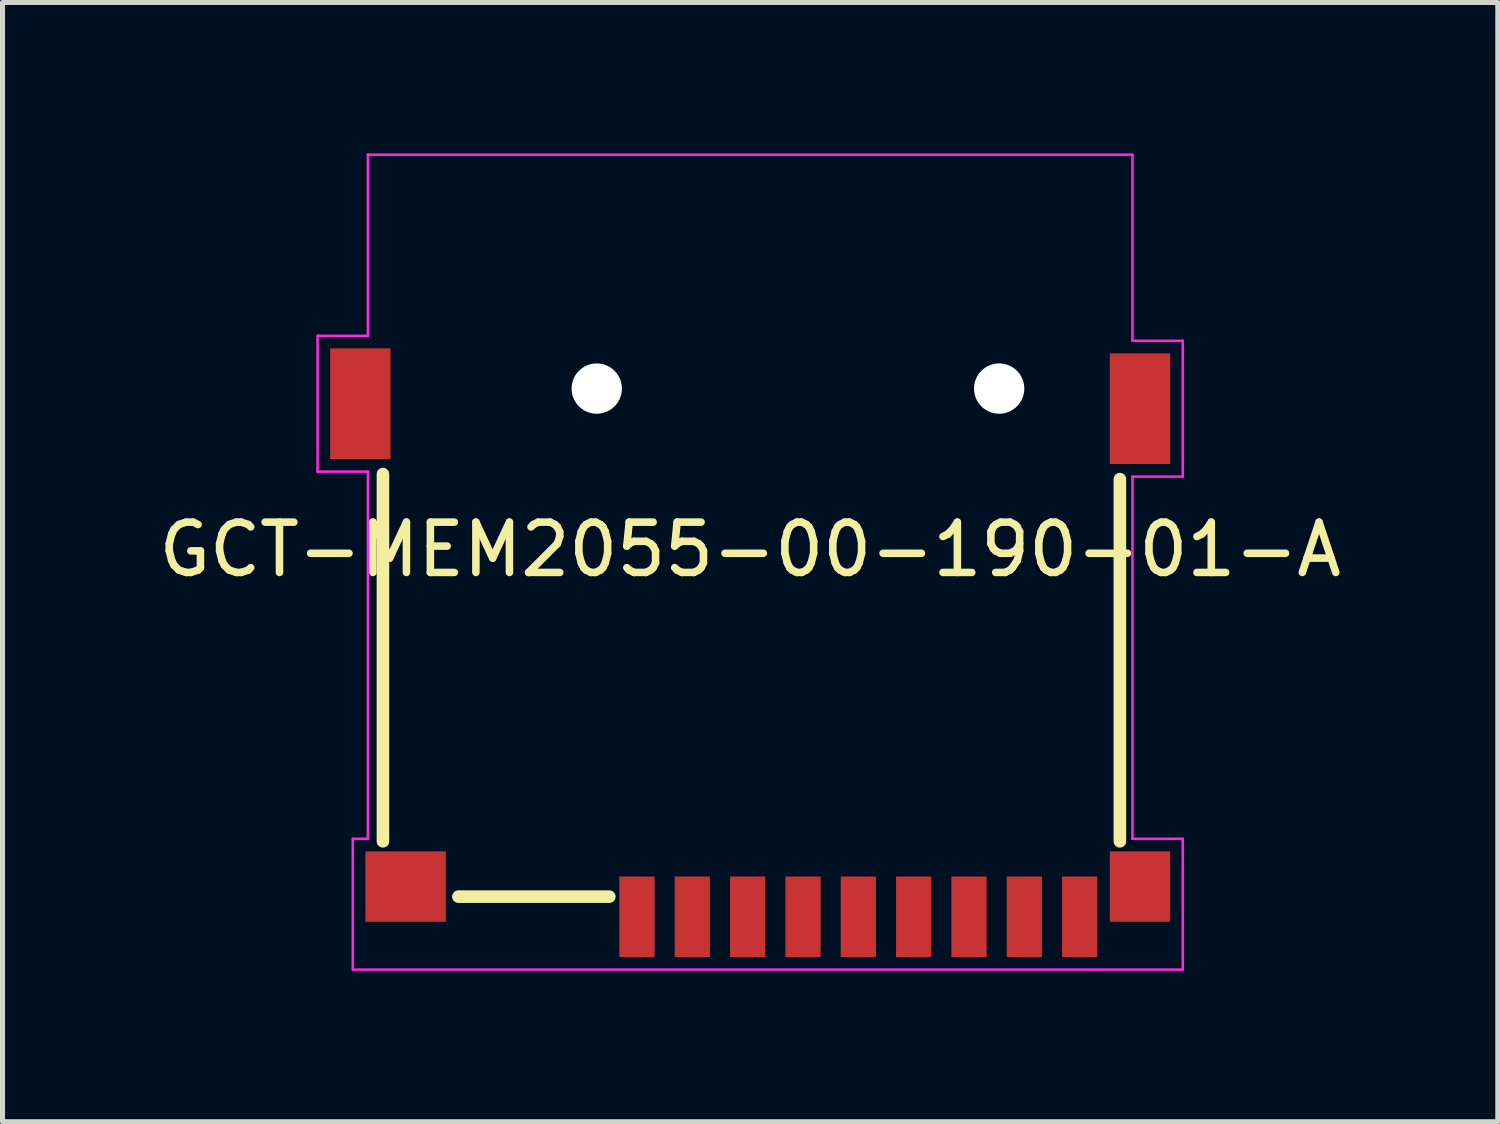
<source format=kicad_pcb>
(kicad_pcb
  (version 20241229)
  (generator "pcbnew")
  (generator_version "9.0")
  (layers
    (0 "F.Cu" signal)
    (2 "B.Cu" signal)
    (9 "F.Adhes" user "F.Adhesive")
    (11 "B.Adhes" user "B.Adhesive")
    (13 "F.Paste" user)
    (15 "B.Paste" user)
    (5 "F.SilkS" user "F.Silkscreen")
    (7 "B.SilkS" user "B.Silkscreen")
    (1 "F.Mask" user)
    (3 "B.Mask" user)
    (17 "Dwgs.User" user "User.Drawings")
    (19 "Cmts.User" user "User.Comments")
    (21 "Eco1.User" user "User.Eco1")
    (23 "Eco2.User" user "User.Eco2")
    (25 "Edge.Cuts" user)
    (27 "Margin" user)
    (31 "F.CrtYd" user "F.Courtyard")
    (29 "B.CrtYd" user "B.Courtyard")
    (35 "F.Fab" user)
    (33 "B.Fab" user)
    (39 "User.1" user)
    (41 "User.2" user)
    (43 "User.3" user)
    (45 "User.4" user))
  (footprint "GCT-MEM2055-00-190-01-A"
    (layer "F.Cu")
    (at 11.863 15.975)
    (property "Reference" "GCT-MEM2055-00-190-01-A" (at 0 -8.1 0) (layer "F.SilkS") (effects (font (size 1 1) (thickness 0.15))))
    (attr smd allow_missing_courtyard)
    (fp_line (start -7.3 -9.6) (end -7.3 -2.3) (stroke (width 0.25) (type solid)) (layer "F.SilkS"))
    (fp_line (start -2.8 -1.2) (end -5.8 -1.2) (stroke (width 0.25) (type solid)) (layer "F.SilkS"))
    (fp_line (start 7.35 -2.3) (end 7.35 -9.5) (stroke (width 0.25) (type solid)) (layer "F.SilkS"))
    (fp_line (start -8.6 -12.35) (end -8.6 -9.65) (stroke (width 0.05) (type solid)) (layer "F.CrtYd"))
    (fp_line (start -8.6 -12.35) (end -7.6 -12.35) (stroke (width 0.05) (type solid)) (layer "F.CrtYd"))
    (fp_line (start -8.6 -9.65) (end -7.6 -9.65) (stroke (width 0.05) (type solid)) (layer "F.CrtYd"))
    (fp_line (start -7.9 -2.35) (end -7.9 0.25) (stroke (width 0.05) (type solid)) (layer "F.CrtYd"))
    (fp_line (start -7.9 0.25) (end 8.6 0.25) (stroke (width 0.05) (type solid)) (layer "F.CrtYd"))
    (fp_line (start -7.6 -15.95) (end 7.6 -15.95) (stroke (width 0.05) (type solid)) (layer "F.CrtYd"))
    (fp_line (start -7.6 -12.35) (end -7.6 -15.95) (stroke (width 0.05) (type solid)) (layer "F.CrtYd"))
    (fp_line (start -7.6 -9.65) (end -7.6 -2.35) (stroke (width 0.05) (type solid)) (layer "F.CrtYd"))
    (fp_line (start -7.6 -2.35) (end -7.9 -2.35) (stroke (width 0.05) (type solid)) (layer "F.CrtYd"))
    (fp_line (start 7.6 -15.95) (end 7.6 -12.25) (stroke (width 0.05) (type solid)) (layer "F.CrtYd"))
    (fp_line (start 7.6 -12.25) (end 8.6 -12.25) (stroke (width 0.05) (type solid)) (layer "F.CrtYd"))
    (fp_line (start 7.6 -9.55) (end 7.6 -2.35) (stroke (width 0.05) (type solid)) (layer "F.CrtYd"))
    (fp_line (start 7.6 -9.55) (end 8.6 -9.55) (stroke (width 0.05) (type solid)) (layer "F.CrtYd"))
    (fp_line (start 7.6 -2.35) (end 8.6 -2.35) (stroke (width 0.05) (type solid)) (layer "F.CrtYd"))
    (fp_line (start 8.6 -12.25) (end 8.6 -9.55) (stroke (width 0.05) (type solid)) (layer "F.CrtYd"))
    (fp_line (start 8.6 -2.35) (end 8.6 0.25) (stroke (width 0.05) (type solid)) (layer "F.CrtYd"))
    (pad "" smd rect (at -7.75 -11 180) (size 1.2 2.2) (layers "F.Cu" "F.Mask" "F.Paste"))
    (pad "" smd rect (at -6.85 -1.4) (size 1.6 1.4) (layers "F.Cu" "F.Mask" "F.Paste"))
    (pad "" np_thru_hole circle (at -3.05 -11.3 180) (size 1 1) (drill 1) (layers "*.Cu" "*.Mask"))
    (pad "" np_thru_hole circle (at 4.95 -11.3 180) (size 1 1) (drill 1) (layers "*.Cu" "*.Mask"))
    (pad "" smd rect (at 7.75 -10.9 180) (size 1.2 2.2) (layers "F.Cu" "F.Mask" "F.Paste"))
    (pad "1" smd rect (at -2.25 -0.8) (size 0.7 1.6) (layers "F.Cu" "F.Mask" "F.Paste"))
    (pad "2" smd rect (at -1.15 -0.8) (size 0.7 1.6) (layers "F.Cu" "F.Mask" "F.Paste"))
    (pad "3" smd rect (at -0.05 -0.8) (size 0.7 1.6) (layers "F.Cu" "F.Mask" "F.Paste"))
    (pad "4" smd rect (at 1.05 -0.8) (size 0.7 1.6) (layers "F.Cu" "F.Mask" "F.Paste"))
    (pad "5" smd rect (at 2.15 -0.8) (size 0.7 1.6) (layers "F.Cu" "F.Mask" "F.Paste"))
    (pad "6" smd rect (at 3.25 -0.8) (size 0.7 1.6) (layers "F.Cu" "F.Mask" "F.Paste"))
    (pad "7" smd rect (at 4.35 -0.8) (size 0.7 1.6) (layers "F.Cu" "F.Mask" "F.Paste"))
    (pad "8" smd rect (at 5.45 -0.8) (size 0.7 1.6) (layers "F.Cu" "F.Mask" "F.Paste"))
    (pad "9" smd rect (at 6.55 -0.8) (size 0.7 1.6) (layers "F.Cu" "F.Mask" "F.Paste"))
    (pad "10" smd rect (at 7.75 -1.4) (size 1.2 1.4) (layers "F.Cu" "F.Mask" "F.Paste")))
  (gr_rect
    (start -3 -3)
    (end 26.726 19.25)
    (stroke (width 0.1) (type default))
    (fill no)
    (layer "Edge.Cuts")))
</source>
